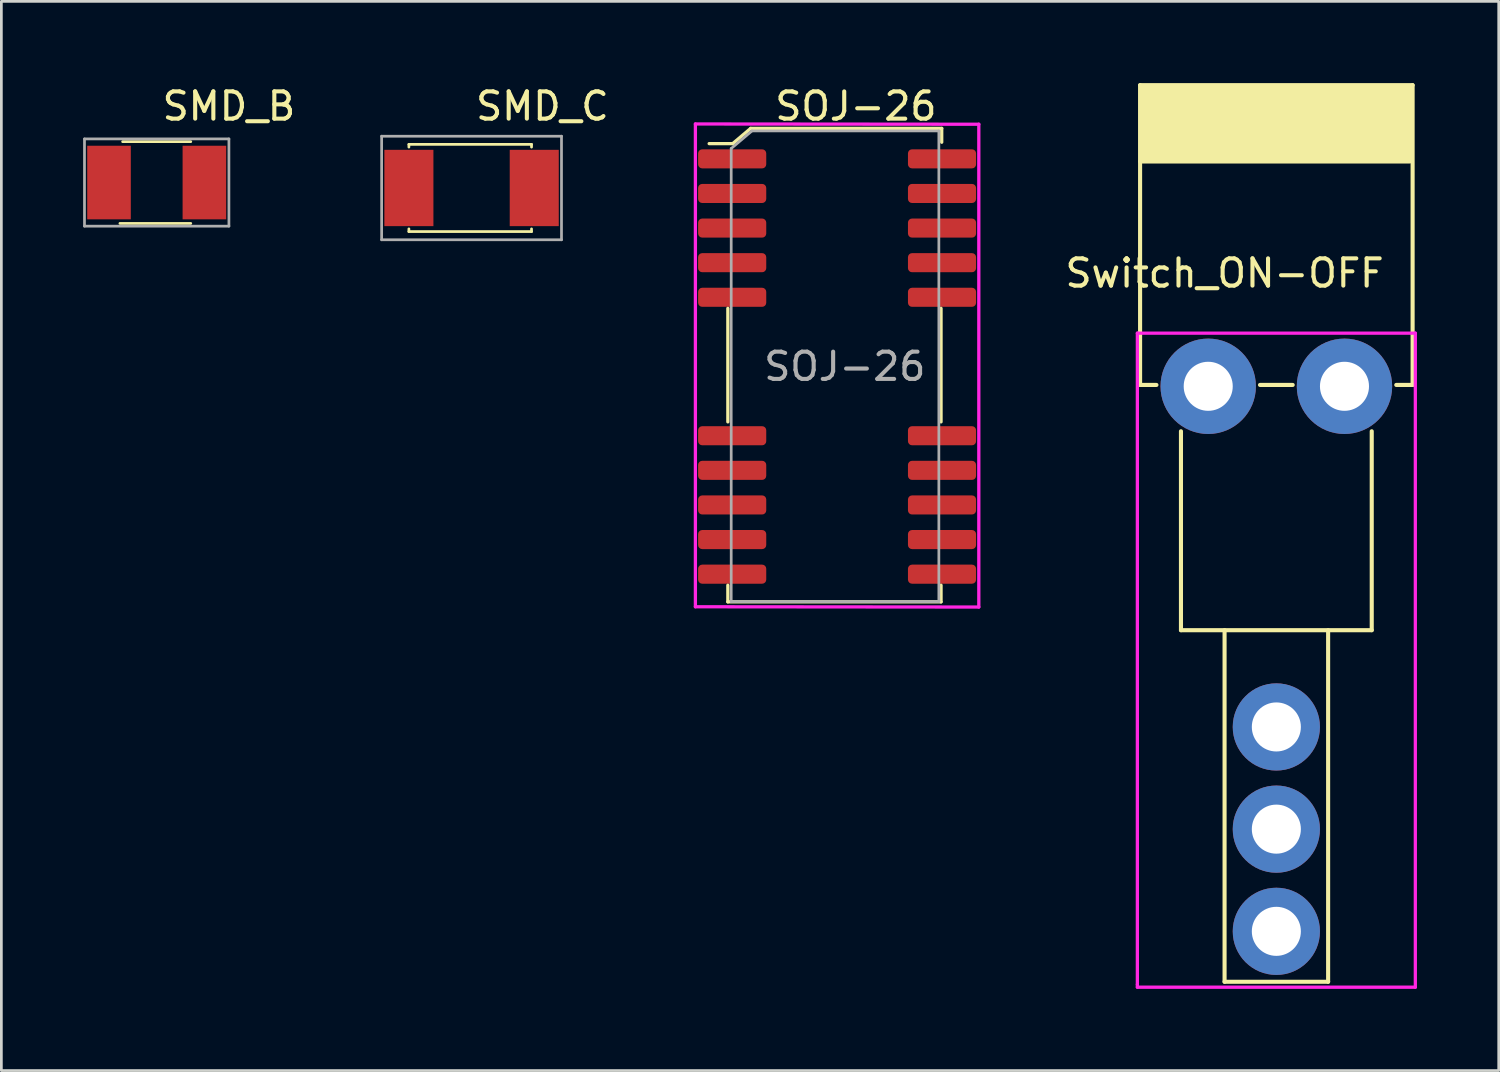
<source format=kicad_pcb>
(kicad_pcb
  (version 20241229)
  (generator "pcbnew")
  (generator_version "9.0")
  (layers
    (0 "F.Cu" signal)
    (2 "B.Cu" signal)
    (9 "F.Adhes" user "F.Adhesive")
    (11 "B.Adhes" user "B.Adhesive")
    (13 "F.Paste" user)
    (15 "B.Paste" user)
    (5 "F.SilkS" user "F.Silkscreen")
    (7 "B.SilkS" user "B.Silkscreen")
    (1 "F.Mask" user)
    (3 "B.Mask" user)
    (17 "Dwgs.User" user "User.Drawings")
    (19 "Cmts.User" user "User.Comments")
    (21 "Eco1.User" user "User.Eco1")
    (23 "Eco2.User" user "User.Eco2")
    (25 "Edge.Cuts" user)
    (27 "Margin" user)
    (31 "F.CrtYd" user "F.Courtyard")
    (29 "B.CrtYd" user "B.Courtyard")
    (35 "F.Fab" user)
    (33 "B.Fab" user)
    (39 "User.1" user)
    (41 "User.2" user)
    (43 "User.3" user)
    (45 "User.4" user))
  (footprint "Switch_ON-OFF"
    (layer "F.Cu")
    (at 43.785 27.375)
    (property "Reference" "Switch_ON-OFF" (at -1.9 -20.4 180) (layer "F.SilkS") (effects (font (size 1 1) (thickness 0.15))))
    (attr through_hole)
    (fp_line (start -5 -27.3) (end -5 -16.3) (stroke (width 0.15) (type solid)) (layer "F.SilkS"))
    (fp_line (start -5 -24.5) (end 4.9 -24.5) (stroke (width 0.15) (type solid)) (layer "F.SilkS"))
    (fp_line (start -5 -16.3) (end -4.4 -16.3) (stroke (width 0.15) (type solid)) (layer "F.SilkS"))
    (fp_line (start -3.5 -7.3) (end -3.5 -14.6) (stroke (width 0.15) (type solid)) (layer "F.SilkS"))
    (fp_line (start -1.9 -7.3) (end -1.9 5.6) (stroke (width 0.15) (type solid)) (layer "F.SilkS"))
    (fp_line (start -1.9 5.6) (end 1.9 5.6) (stroke (width 0.15) (type solid)) (layer "F.SilkS"))
    (fp_line (start -0.6 -16.3) (end 0.6 -16.3) (stroke (width 0.15) (type solid)) (layer "F.SilkS"))
    (fp_line (start 1.9 5.6) (end 1.9 -7.3) (stroke (width 0.15) (type solid)) (layer "F.SilkS"))
    (fp_line (start 3.5 -7.3) (end -3.5 -7.3) (stroke (width 0.15) (type solid)) (layer "F.SilkS"))
    (fp_line (start 3.5 -7.3) (end 3.5 -14.6) (stroke (width 0.15) (type solid)) (layer "F.SilkS"))
    (fp_line (start 5 -27.3) (end -5 -27.3) (stroke (width 0.15) (type solid)) (layer "F.SilkS"))
    (fp_line (start 5 -16.3) (end 4.4 -16.3) (stroke (width 0.15) (type solid)) (layer "F.SilkS"))
    (fp_line (start 5 -16.3) (end 5 -27.3) (stroke (width 0.15) (type solid)) (layer "F.SilkS"))
    (fp_poly (pts (xy -5 -27.3) (xy 5 -27.3) (xy 5 -24.5) (xy -5 -24.5)) (stroke (width 0.1) (type solid)) (fill yes) (layer "F.SilkS"))
    (fp_line (start -5.1 -18.2) (end -5.1 5.7) (stroke (width 0.12) (type solid)) (layer "F.CrtYd"))
    (fp_line (start -5.1 -18.2) (end 5.1 -18.2) (stroke (width 0.12) (type solid)) (layer "F.CrtYd"))
    (fp_line (start -5.1 5.8) (end -5.1 5.7) (stroke (width 0.12) (type solid)) (layer "F.CrtYd"))
    (fp_line (start 5.1 -18.2) (end 5.1 5.8) (stroke (width 0.12) (type solid)) (layer "F.CrtYd"))
    (fp_line (start 5.1 5.8) (end -5.1 5.8) (stroke (width 0.12) (type solid)) (layer "F.CrtYd"))
    (pad "" thru_hole circle (at -2.5 -16.25) (size 3.5 3.5) (drill 1.8) (layers "*.Cu" "*.Mask"))
    (pad "" thru_hole circle (at 2.5 -16.25) (size 3.5 3.5) (drill 1.8) (layers "*.Cu" "*.Mask"))
    (pad "1" thru_hole circle (at 0 3.75) (size 3.2 3.2) (drill 1.8) (layers "*.Cu" "*.Mask"))
    (pad "2" thru_hole circle (at 0 0) (size 3.2 3.2) (drill 1.8) (layers "*.Cu" "*.Mask"))
    (pad "3" thru_hole circle (at 0 -3.75) (size 3.2 3.2) (drill 1.8) (layers "*.Cu" "*.Mask")))
  (footprint "SOJ-26"
    (layer "F.Cu")
    (at 27.417 10.399)
    (property "Reference" "SOJ-26" (at 0.94 -9.55 0) (layer "F.SilkS") (effects (font (size 1 1) (thickness 0.15))))
    (attr through_hole)
    (fp_line (start -3.759 -2.134) (end -3.759 2.032) (stroke (width 0.12) (type solid)) (layer "F.SilkS"))
    (fp_line (start -3.759 8.026) (end -3.759 8.636) (stroke (width 0.12) (type solid)) (layer "F.SilkS"))
    (fp_line (start -3.759 8.636) (end 4.064 8.636) (stroke (width 0.12) (type solid)) (layer "F.SilkS"))
    (fp_line (start -3.581 -8.179) (end -4.445 -8.179) (stroke (width 0.12) (type solid)) (layer "F.SilkS"))
    (fp_line (start -2.921 -8.738) (end -3.581 -8.179) (stroke (width 0.12) (type solid)) (layer "F.SilkS"))
    (fp_line (start 4.064 -2.134) (end 4.064 2.032) (stroke (width 0.12) (type solid)) (layer "F.SilkS"))
    (fp_line (start 4.064 8.636) (end 4.064 8.026) (stroke (width 0.12) (type solid)) (layer "F.SilkS"))
    (fp_line (start 4.089 -8.738) (end -2.921 -8.738) (stroke (width 0.12) (type solid)) (layer "F.SilkS"))
    (fp_line (start 4.089 -8.23) (end 4.089 -8.738) (stroke (width 0.12) (type solid)) (layer "F.SilkS"))
    (fp_line (start -4.95 -8.9) (end 5.45 -8.89) (stroke (width 0.12) (type solid)) (layer "F.CrtYd"))
    (fp_line (start -4.95 8.816) (end -4.95 -8.9) (stroke (width 0.12) (type solid)) (layer "F.CrtYd"))
    (fp_line (start -4.95 8.816) (end 5.45 8.826) (stroke (width 0.12) (type solid)) (layer "F.CrtYd"))
    (fp_line (start 5.45 -8.89) (end 5.45 8.826) (stroke (width 0.12) (type solid)) (layer "F.CrtYd"))
    (fp_line (start -3.636 -8) (end -3.636 8.625) (stroke (width 0.1) (type solid)) (layer "F.Fab"))
    (fp_line (start -3.636 -8) (end -2.875 -8.645) (stroke (width 0.1) (type solid)) (layer "F.Fab"))
    (fp_line (start 3.984 -8.645) (end -2.875 -8.645) (stroke (width 0.1) (type solid)) (layer "F.Fab"))
    (fp_line (start 3.984 -8.645) (end 3.984 8.625) (stroke (width 0.1) (type solid)) (layer "F.Fab"))
    (fp_line (start 3.984 8.625) (end -3.636 8.625) (stroke (width 0.1) (type solid)) (layer "F.Fab"))
    (fp_text user "${REFERENCE}" (at 0.533 0 0) (layer "F.Fab") (effects (font (size 1 1) (thickness 0.15))))
    (pad "1" smd roundrect (at -3.6 -7.62) (size 2.5 0.7) (layers "F.Cu" "F.Mask" "F.Paste") (roundrect_rratio 0.214))
    (pad "2" smd roundrect (at -3.6 -6.35) (size 2.5 0.7) (layers "F.Cu" "F.Mask" "F.Paste") (roundrect_rratio 0.214))
    (pad "3" smd roundrect (at -3.6 -5.08) (size 2.5 0.7) (layers "F.Cu" "F.Mask" "F.Paste") (roundrect_rratio 0.214))
    (pad "4" smd roundrect (at -3.6 -3.81) (size 2.5 0.7) (layers "F.Cu" "F.Mask" "F.Paste") (roundrect_rratio 0.214))
    (pad "5" smd roundrect (at -3.6 -2.54) (size 2.5 0.7) (layers "F.Cu" "F.Mask" "F.Paste") (roundrect_rratio 0.214))
    (pad "6" smd roundrect (at -3.6 2.54) (size 2.5 0.7) (layers "F.Cu" "F.Mask" "F.Paste") (roundrect_rratio 0.214))
    (pad "7" smd roundrect (at -3.6 3.81) (size 2.5 0.7) (layers "F.Cu" "F.Mask" "F.Paste") (roundrect_rratio 0.214))
    (pad "8" smd roundrect (at -3.6 5.08) (size 2.5 0.7) (layers "F.Cu" "F.Mask" "F.Paste") (roundrect_rratio 0.214))
    (pad "9" smd roundrect (at -3.6 6.35) (size 2.5 0.7) (layers "F.Cu" "F.Mask" "F.Paste") (roundrect_rratio 0.214))
    (pad "10" smd roundrect (at -3.6 7.62) (size 2.5 0.7) (layers "F.Cu" "F.Mask" "F.Paste") (roundrect_rratio 0.214))
    (pad "11" smd roundrect (at 4.1 7.62) (size 2.5 0.7) (layers "F.Cu" "F.Mask" "F.Paste") (roundrect_rratio 0.214))
    (pad "12" smd roundrect (at 4.1 6.35) (size 2.5 0.7) (layers "F.Cu" "F.Mask" "F.Paste") (roundrect_rratio 0.214))
    (pad "13" smd roundrect (at 4.1 5.08) (size 2.5 0.7) (layers "F.Cu" "F.Mask" "F.Paste") (roundrect_rratio 0.214))
    (pad "14" smd roundrect (at 4.1 3.81) (size 2.5 0.7) (layers "F.Cu" "F.Mask" "F.Paste") (roundrect_rratio 0.214))
    (pad "15" smd roundrect (at 4.1 2.54) (size 2.5 0.7) (layers "F.Cu" "F.Mask" "F.Paste") (roundrect_rratio 0.214))
    (pad "16" smd roundrect (at 4.1 -2.54) (size 2.5 0.7) (layers "F.Cu" "F.Mask" "F.Paste") (roundrect_rratio 0.214))
    (pad "17" smd roundrect (at 4.1 -3.81) (size 2.5 0.7) (layers "F.Cu" "F.Mask" "F.Paste") (roundrect_rratio 0.214))
    (pad "18" smd roundrect (at 4.1 -5.08) (size 2.5 0.7) (layers "F.Cu" "F.Mask" "F.Paste") (roundrect_rratio 0.214))
    (pad "19" smd roundrect (at 4.1 -6.35) (size 2.5 0.7) (layers "F.Cu" "F.Mask" "F.Paste") (roundrect_rratio 0.214))
    (pad "20" smd roundrect (at 4.1 -7.62) (size 2.5 0.7) (layers "F.Cu" "F.Mask" "F.Paste") (roundrect_rratio 0.214)))
  (footprint "SMD_B"
    (layer "F.Cu")
    (at 0.95 3.648)
    (property "Reference" "SMD_B" (at 4.4 -2.8 0) (layer "F.SilkS") (effects (font (size 1 1) (thickness 0.15))))
    (attr through_hole)
    (fp_line (start 0.4 1.5) (end 3 1.5) (stroke (width 0.1) (type solid)) (layer "F.SilkS"))
    (fp_line (start 0.5 -1.5) (end 3 -1.5) (stroke (width 0.1) (type solid)) (layer "F.SilkS"))
    (fp_line (start -0.9 -1.6) (end 4.4 -1.6) (stroke (width 0.1) (type solid)) (layer "F.Fab"))
    (fp_line (start -0.9 1.6) (end -0.9 -1.6) (stroke (width 0.1) (type solid)) (layer "F.Fab"))
    (fp_line (start 4.4 -1.6) (end 4.4 1.6) (stroke (width 0.1) (type solid)) (layer "F.Fab"))
    (fp_line (start 4.4 1.6) (end -0.9 1.6) (stroke (width 0.1) (type solid)) (layer "F.Fab"))
    (pad "1" smd rect (at 0 0) (size 1.6 2.7) (layers "F.Cu" "F.Mask" "F.Paste"))
    (pad "2" smd rect (at 3.5 0) (size 1.6 2.7) (layers "F.Cu" "F.Mask" "F.Paste")))
  (footprint "SMD_C"
    (layer "F.Cu")
    (at 11.954 3.848)
    (property "Reference" "SMD_C" (at 4.9 -3 0) (layer "F.SilkS") (effects (font (size 1 1) (thickness 0.15))))
    (attr through_hole)
    (fp_line (start 0 -1.6) (end 0 -1.5) (stroke (width 0.1) (type solid)) (layer "F.SilkS"))
    (fp_line (start 0 -1.6) (end 4.5 -1.6) (stroke (width 0.1) (type solid)) (layer "F.SilkS"))
    (fp_line (start 0 1.6) (end 0 1.5) (stroke (width 0.1) (type solid)) (layer "F.SilkS"))
    (fp_line (start 0 1.6) (end 4.5 1.6) (stroke (width 0.1) (type solid)) (layer "F.SilkS"))
    (fp_line (start 4.5 -1.6) (end 4.5 -1.5) (stroke (width 0.1) (type solid)) (layer "F.SilkS"))
    (fp_line (start 4.5 1.6) (end 4.5 1.5) (stroke (width 0.1) (type solid)) (layer "F.SilkS"))
    (fp_line (start -1 -1.9) (end -1 1.9) (stroke (width 0.1) (type solid)) (layer "F.Fab"))
    (fp_line (start -1 -1.9) (end 5.6 -1.9) (stroke (width 0.1) (type solid)) (layer "F.Fab"))
    (fp_line (start -1 1.9) (end 5.6 1.9) (stroke (width 0.1) (type solid)) (layer "F.Fab"))
    (fp_line (start 5.6 -1.9) (end 5.6 1.9) (stroke (width 0.1) (type solid)) (layer "F.Fab"))
    (pad "1" smd rect (at 0 0) (size 1.8 2.8) (layers "F.Cu" "F.Mask" "F.Paste"))
    (pad "2" smd rect (at 4.6 0) (size 1.8 2.8) (layers "F.Cu" "F.Mask" "F.Paste")))
  (gr_rect
    (start -3 -3)
    (end 51.945 36.235)
    (stroke (width 0.1) (type default))
    (fill no)
    (layer "Edge.Cuts")))
</source>
